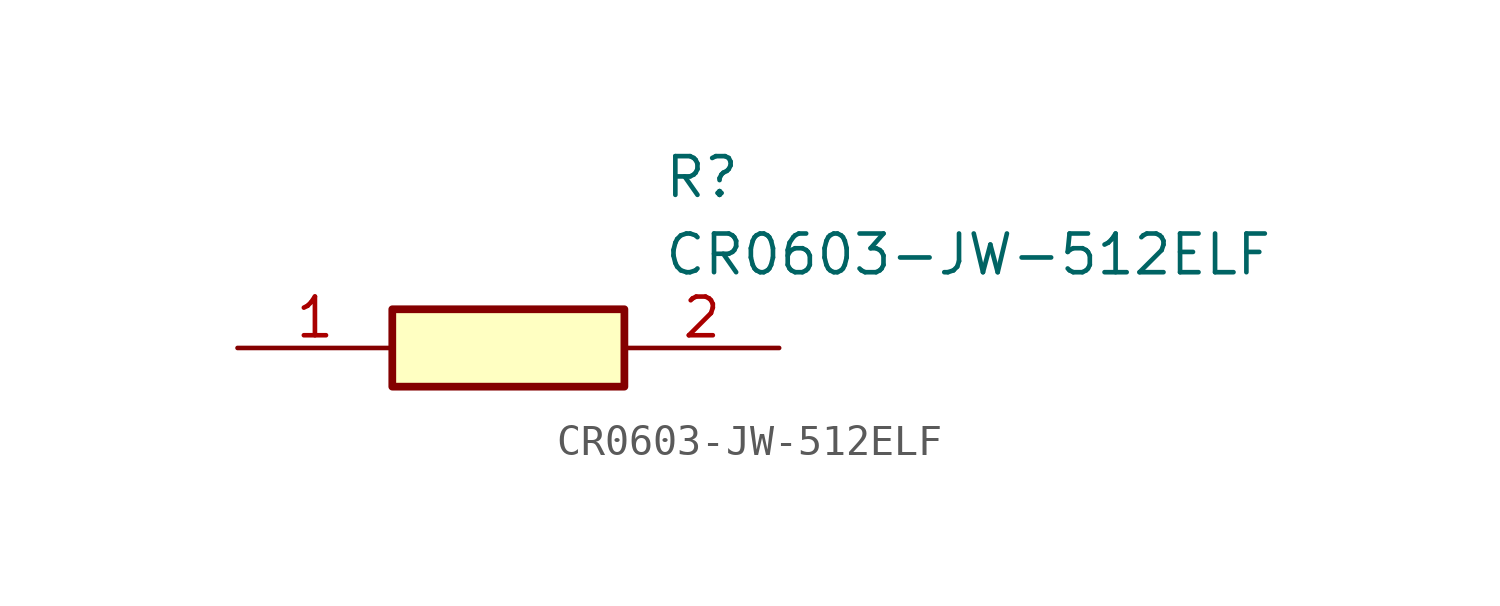
<source format=kicad_sym>
(kicad_symbol_lib
  (version 20211014)
  (generator SamacSys_ECAD_Model)
  (symbol "CR0603-JW-512ELF"
    (pin_names hide)
    (property "Reference" "R"
      (at 13.97 6.35 0)
      (effects (font (size 1.27 1.27)) (justify left top)))
    (property "Value" "CR0603-JW-512ELF"
      (at 13.97 3.81 0)
      (effects (font (size 1.27 1.27)) (justify left top)))
    (rectangle
      (start 5.08 1.27)
      (end 12.7 -1.27)
      (stroke (width 0.254) (type default))
      (fill (type background)))
    (pin passive line
      (at 0 0 0)
      (length 5.08)
      (name "1" (effects (font (size 1.27 1.27))))
      (number "1" (effects (font (size 1.27 1.27)))))
    (pin passive line
      (at 17.78 0 180)
      (length 5.08)
      (name "2" (effects (font (size 1.27 1.27))))
      (number "2" (effects (font (size 1.27 1.27)))))))
</source>
